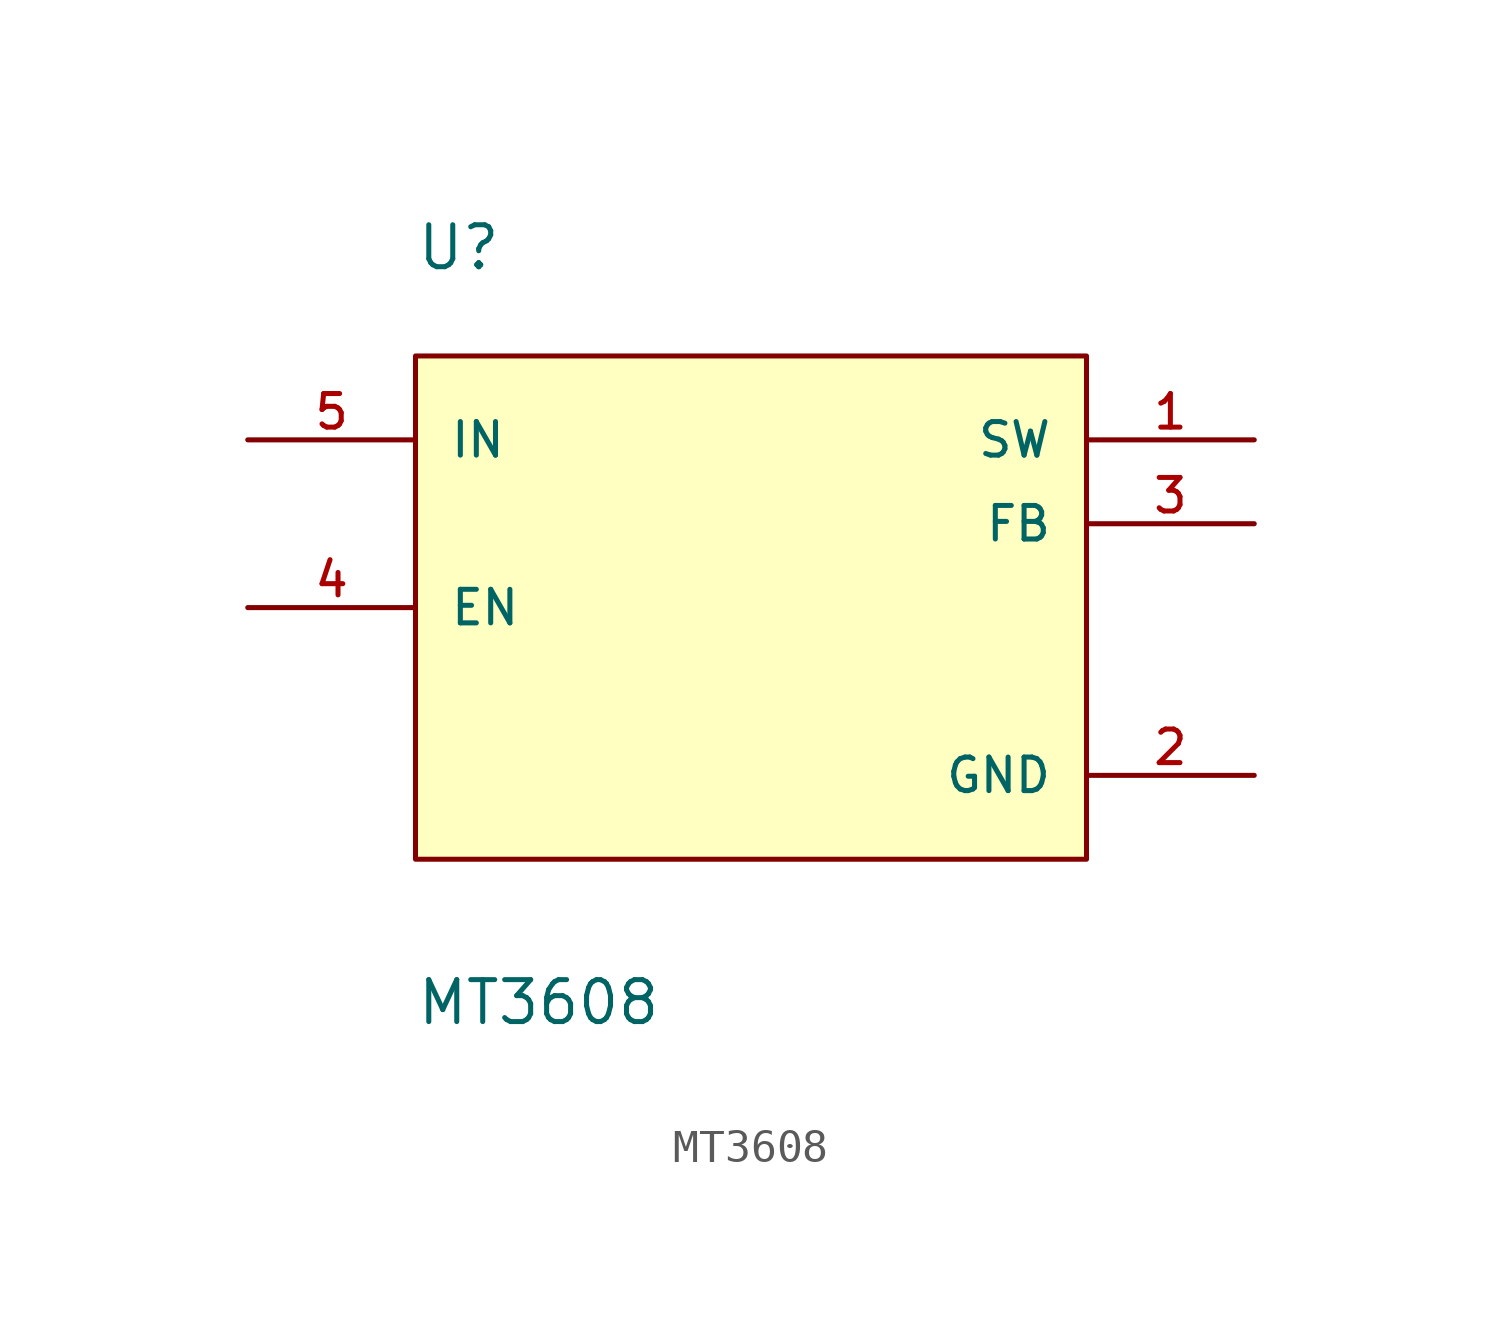
<source format=kicad_sym>
(kicad_symbol_lib
  (version 20241209)
  (generator "kicad_symbol_editor")
  (generator_version "9.0")
  (symbol "MT3608"
    (pin_names
      (offset 1.016))
    (property "Reference" "U"
      (at -10.16 10.16 0)
      (effects (font (size 1.27 1.27)) (justify left bottom)))
    (property "Value" "MT3608"
      (at -10.16 -12.7 0)
      (effects (font (size 1.27 1.27)) (justify left bottom)))
    (symbol "MT3608_0_0"
      (rectangle (start -10.16 -7.62) (end 10.16 7.62) (stroke (width 0.152) (type default)) (fill (type background)))
      (pin input line (at -15.24 5.08 0) (length 5.08) (name "IN" (effects (font (size 1.016 1.016)))) (number "5" (effects (font (size 1.016 1.016)))))
      (pin input line (at -15.24 0 0) (length 5.08) (name "EN" (effects (font (size 1.016 1.016)))) (number "4" (effects (font (size 1.016 1.016)))))
      (pin output line (at 15.24 5.08 180) (length 5.08) (name "SW" (effects (font (size 1.016 1.016)))) (number "1" (effects (font (size 1.016 1.016)))))
      (pin input line (at 15.24 2.54 180) (length 5.08) (name "FB" (effects (font (size 1.016 1.016)))) (number "3" (effects (font (size 1.016 1.016)))))
      (pin power_in line (at 15.24 -5.08 180) (length 5.08) (name "GND" (effects (font (size 1.016 1.016)))) (number "2" (effects (font (size 1.016 1.016))))))))
</source>
